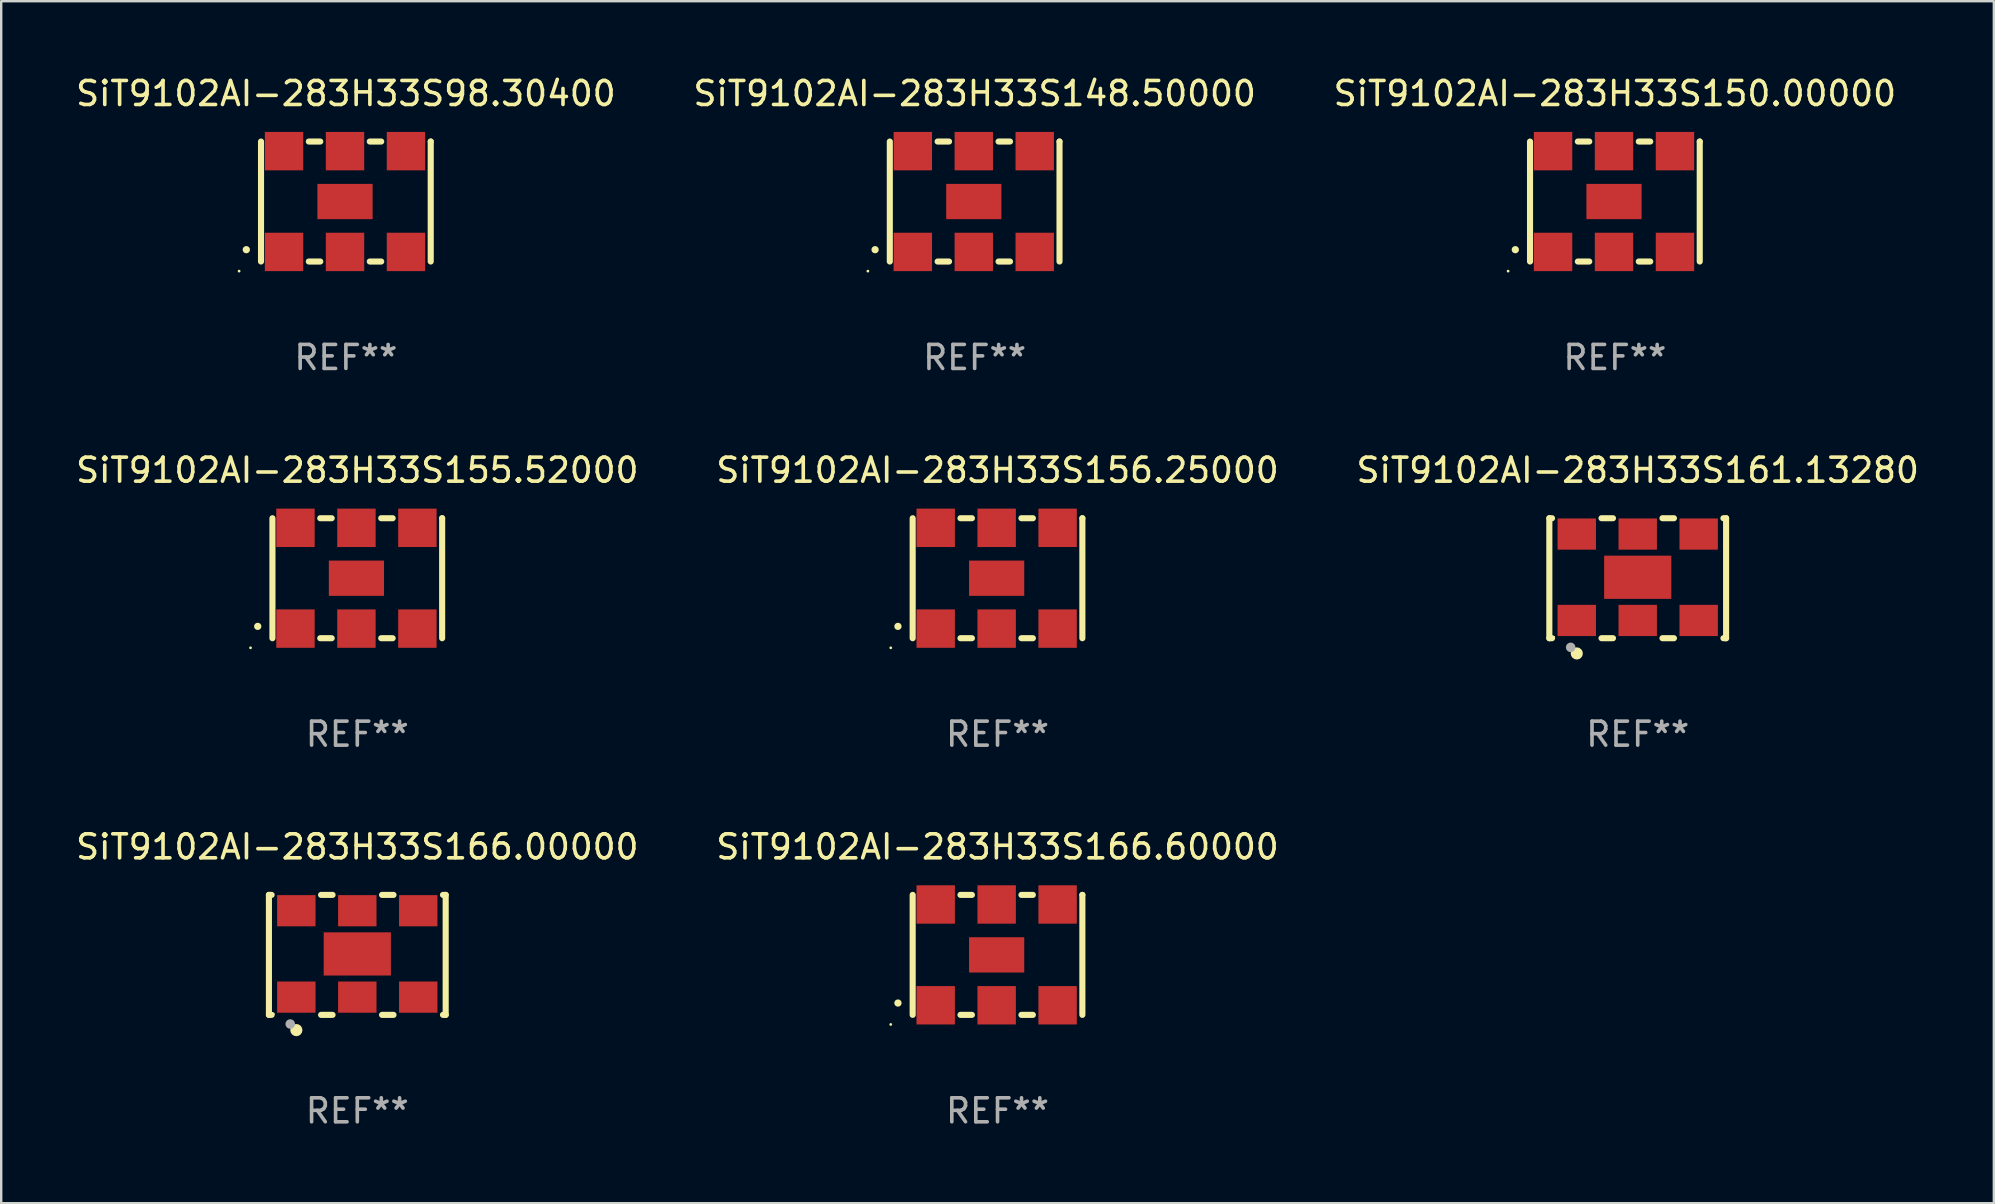
<source format=kicad_pcb>
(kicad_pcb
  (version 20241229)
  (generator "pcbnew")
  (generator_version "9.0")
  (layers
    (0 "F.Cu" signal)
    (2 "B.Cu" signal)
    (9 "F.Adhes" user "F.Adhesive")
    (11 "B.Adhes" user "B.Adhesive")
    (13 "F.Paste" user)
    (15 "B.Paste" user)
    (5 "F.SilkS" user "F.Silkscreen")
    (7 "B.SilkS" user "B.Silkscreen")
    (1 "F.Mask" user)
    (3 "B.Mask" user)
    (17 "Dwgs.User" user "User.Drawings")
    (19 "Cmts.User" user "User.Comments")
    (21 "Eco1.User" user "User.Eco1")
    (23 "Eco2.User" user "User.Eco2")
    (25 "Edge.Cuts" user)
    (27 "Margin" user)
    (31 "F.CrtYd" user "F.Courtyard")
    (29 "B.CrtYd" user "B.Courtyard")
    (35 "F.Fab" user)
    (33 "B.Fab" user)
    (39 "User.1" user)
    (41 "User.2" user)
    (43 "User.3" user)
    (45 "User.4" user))
  (footprint "SiT9102AI-283H33S148.50000"
    (layer "F.Cu")
    (at 37.565 5.348)
    (property "Reference" "SiT9102AI-283H33S148.50000" (at 0 -4.5 0) (layer "F.SilkS") (effects (font (size 1 1) (thickness 0.15))))
    (attr through_hole)
    (fp_line (start -3.536 -2.5) (end -3.536 2.5) (stroke (width 0.254) (type solid)) (layer "F.SilkS"))
    (fp_line (start -1.544 2.5) (end -1.067 2.5) (stroke (width 0.254) (type solid)) (layer "F.SilkS"))
    (fp_line (start -1.067 -2.5) (end -1.544 -2.5) (stroke (width 0.254) (type solid)) (layer "F.SilkS"))
    (fp_line (start 0.996 2.5) (end 1.473 2.5) (stroke (width 0.254) (type solid)) (layer "F.SilkS"))
    (fp_line (start 1.473 -2.5) (end 0.996 -2.5) (stroke (width 0.254) (type solid)) (layer "F.SilkS"))
    (fp_line (start 3.536 -2.5) (end 3.536 -2.5) (stroke (width 0.254) (type solid)) (layer "F.SilkS"))
    (fp_line (start 3.536 2.5) (end 3.536 -2.5) (stroke (width 0.254) (type solid)) (layer "F.SilkS"))
    (fp_arc (start -4.150432 2.006604) (mid -4.149162 2.006599) (end -4.147892 2.006604) (stroke (width 0.3) (type solid)) (layer "F.SilkS"))
    (fp_circle (center -4.449 2.9) (end -4.419 2.9) (stroke (width 0.06) (type solid)) (fill no) (layer "F.SilkS"))
    (fp_text user "REF**" (at 0 6.5 0) (layer "F.Fab") (effects (font (size 1 1) (thickness 0.15))))
    (pad "1" smd rect (at -2.576 2.1) (size 1.6 1.6) (layers "F.Cu" "F.Mask" "F.Paste"))
    (pad "2" smd rect (at -0.036 2.1) (size 1.6 1.6) (layers "F.Cu" "F.Mask" "F.Paste"))
    (pad "3" smd rect (at 2.504 2.1) (size 1.6 1.6) (layers "F.Cu" "F.Mask" "F.Paste"))
    (pad "4" smd rect (at 2.504 -2.1) (size 1.6 1.6) (layers "F.Cu" "F.Mask" "F.Paste"))
    (pad "5" smd rect (at -0.036 -2.1) (size 1.6 1.6) (layers "F.Cu" "F.Mask" "F.Paste"))
    (pad "6" smd rect (at -2.576 -2.1) (size 1.6 1.6) (layers "F.Cu" "F.Mask" "F.Paste"))
    (pad "7" smd rect (at -0.036 0) (size 2.3 1.47) (layers "F.Cu" "F.Mask" "F.Paste")))
  (footprint "SiT9102AI-283H33S156.25000"
    (layer "F.Cu")
    (at 38.518 21.045)
    (property "Reference" "SiT9102AI-283H33S156.25000" (at 0 -4.5 0) (layer "F.SilkS") (effects (font (size 1 1) (thickness 0.15))))
    (attr through_hole)
    (fp_line (start -3.536 -2.5) (end -3.536 2.5) (stroke (width 0.254) (type solid)) (layer "F.SilkS"))
    (fp_line (start -1.544 2.5) (end -1.067 2.5) (stroke (width 0.254) (type solid)) (layer "F.SilkS"))
    (fp_line (start -1.067 -2.5) (end -1.544 -2.5) (stroke (width 0.254) (type solid)) (layer "F.SilkS"))
    (fp_line (start 0.996 2.5) (end 1.473 2.5) (stroke (width 0.254) (type solid)) (layer "F.SilkS"))
    (fp_line (start 1.473 -2.5) (end 0.996 -2.5) (stroke (width 0.254) (type solid)) (layer "F.SilkS"))
    (fp_line (start 3.536 -2.5) (end 3.536 -2.5) (stroke (width 0.254) (type solid)) (layer "F.SilkS"))
    (fp_line (start 3.536 2.5) (end 3.536 -2.5) (stroke (width 0.254) (type solid)) (layer "F.SilkS"))
    (fp_arc (start -4.150432 2.006604) (mid -4.149162 2.006599) (end -4.147892 2.006604) (stroke (width 0.3) (type solid)) (layer "F.SilkS"))
    (fp_circle (center -4.449 2.9) (end -4.419 2.9) (stroke (width 0.06) (type solid)) (fill no) (layer "F.SilkS"))
    (fp_text user "REF**" (at 0 6.5 0) (layer "F.Fab") (effects (font (size 1 1) (thickness 0.15))))
    (pad "1" smd rect (at -2.576 2.1) (size 1.6 1.6) (layers "F.Cu" "F.Mask" "F.Paste"))
    (pad "2" smd rect (at -0.036 2.1) (size 1.6 1.6) (layers "F.Cu" "F.Mask" "F.Paste"))
    (pad "3" smd rect (at 2.504 2.1) (size 1.6 1.6) (layers "F.Cu" "F.Mask" "F.Paste"))
    (pad "4" smd rect (at 2.504 -2.1) (size 1.6 1.6) (layers "F.Cu" "F.Mask" "F.Paste"))
    (pad "5" smd rect (at -0.036 -2.1) (size 1.6 1.6) (layers "F.Cu" "F.Mask" "F.Paste"))
    (pad "6" smd rect (at -2.576 -2.1) (size 1.6 1.6) (layers "F.Cu" "F.Mask" "F.Paste"))
    (pad "7" smd rect (at -0.036 0) (size 2.3 1.47) (layers "F.Cu" "F.Mask" "F.Paste")))
  (footprint "SiT9102AI-283H33S98.30400"
    (layer "F.Cu")
    (at 11.363 5.348)
    (property "Reference" "SiT9102AI-283H33S98.30400" (at 0 -4.5 0) (layer "F.SilkS") (effects (font (size 1 1) (thickness 0.15))))
    (attr through_hole)
    (fp_line (start -3.536 -2.5) (end -3.536 2.5) (stroke (width 0.254) (type solid)) (layer "F.SilkS"))
    (fp_line (start -1.544 2.5) (end -1.067 2.5) (stroke (width 0.254) (type solid)) (layer "F.SilkS"))
    (fp_line (start -1.067 -2.5) (end -1.544 -2.5) (stroke (width 0.254) (type solid)) (layer "F.SilkS"))
    (fp_line (start 0.996 2.5) (end 1.473 2.5) (stroke (width 0.254) (type solid)) (layer "F.SilkS"))
    (fp_line (start 1.473 -2.5) (end 0.996 -2.5) (stroke (width 0.254) (type solid)) (layer "F.SilkS"))
    (fp_line (start 3.536 -2.5) (end 3.536 -2.5) (stroke (width 0.254) (type solid)) (layer "F.SilkS"))
    (fp_line (start 3.536 2.5) (end 3.536 -2.5) (stroke (width 0.254) (type solid)) (layer "F.SilkS"))
    (fp_arc (start -4.150432 2.006604) (mid -4.149162 2.006599) (end -4.147892 2.006604) (stroke (width 0.3) (type solid)) (layer "F.SilkS"))
    (fp_circle (center -4.449 2.9) (end -4.419 2.9) (stroke (width 0.06) (type solid)) (fill no) (layer "F.SilkS"))
    (fp_text user "REF**" (at 0 6.5 0) (layer "F.Fab") (effects (font (size 1 1) (thickness 0.15))))
    (pad "1" smd rect (at -2.576 2.1) (size 1.6 1.6) (layers "F.Cu" "F.Mask" "F.Paste"))
    (pad "2" smd rect (at -0.036 2.1) (size 1.6 1.6) (layers "F.Cu" "F.Mask" "F.Paste"))
    (pad "3" smd rect (at 2.504 2.1) (size 1.6 1.6) (layers "F.Cu" "F.Mask" "F.Paste"))
    (pad "4" smd rect (at 2.504 -2.1) (size 1.6 1.6) (layers "F.Cu" "F.Mask" "F.Paste"))
    (pad "5" smd rect (at -0.036 -2.1) (size 1.6 1.6) (layers "F.Cu" "F.Mask" "F.Paste"))
    (pad "6" smd rect (at -2.576 -2.1) (size 1.6 1.6) (layers "F.Cu" "F.Mask" "F.Paste"))
    (pad "7" smd rect (at -0.036 0) (size 2.3 1.47) (layers "F.Cu" "F.Mask" "F.Paste")))
  (footprint "SiT9102AI-283H33S155.52000"
    (layer "F.Cu")
    (at 11.839 21.045)
    (property "Reference" "SiT9102AI-283H33S155.52000" (at 0 -4.5 0) (layer "F.SilkS") (effects (font (size 1 1) (thickness 0.15))))
    (attr through_hole)
    (fp_line (start -3.536 -2.5) (end -3.536 2.5) (stroke (width 0.254) (type solid)) (layer "F.SilkS"))
    (fp_line (start -1.544 2.5) (end -1.067 2.5) (stroke (width 0.254) (type solid)) (layer "F.SilkS"))
    (fp_line (start -1.067 -2.5) (end -1.544 -2.5) (stroke (width 0.254) (type solid)) (layer "F.SilkS"))
    (fp_line (start 0.996 2.5) (end 1.473 2.5) (stroke (width 0.254) (type solid)) (layer "F.SilkS"))
    (fp_line (start 1.473 -2.5) (end 0.996 -2.5) (stroke (width 0.254) (type solid)) (layer "F.SilkS"))
    (fp_line (start 3.536 -2.5) (end 3.536 -2.5) (stroke (width 0.254) (type solid)) (layer "F.SilkS"))
    (fp_line (start 3.536 2.5) (end 3.536 -2.5) (stroke (width 0.254) (type solid)) (layer "F.SilkS"))
    (fp_arc (start -4.150432 2.006604) (mid -4.149162 2.006599) (end -4.147892 2.006604) (stroke (width 0.3) (type solid)) (layer "F.SilkS"))
    (fp_circle (center -4.449 2.9) (end -4.419 2.9) (stroke (width 0.06) (type solid)) (fill no) (layer "F.SilkS"))
    (fp_text user "REF**" (at 0 6.5 0) (layer "F.Fab") (effects (font (size 1 1) (thickness 0.15))))
    (pad "1" smd rect (at -2.576 2.1) (size 1.6 1.6) (layers "F.Cu" "F.Mask" "F.Paste"))
    (pad "2" smd rect (at -0.036 2.1) (size 1.6 1.6) (layers "F.Cu" "F.Mask" "F.Paste"))
    (pad "3" smd rect (at 2.504 2.1) (size 1.6 1.6) (layers "F.Cu" "F.Mask" "F.Paste"))
    (pad "4" smd rect (at 2.504 -2.1) (size 1.6 1.6) (layers "F.Cu" "F.Mask" "F.Paste"))
    (pad "5" smd rect (at -0.036 -2.1) (size 1.6 1.6) (layers "F.Cu" "F.Mask" "F.Paste"))
    (pad "6" smd rect (at -2.576 -2.1) (size 1.6 1.6) (layers "F.Cu" "F.Mask" "F.Paste"))
    (pad "7" smd rect (at -0.036 0) (size 2.3 1.47) (layers "F.Cu" "F.Mask" "F.Paste")))
  (footprint "SiT9102AI-283H33S166.60000"
    (layer "F.Cu")
    (at 38.518 36.741)
    (property "Reference" "SiT9102AI-283H33S166.60000" (at 0 -4.5 0) (layer "F.SilkS") (effects (font (size 1 1) (thickness 0.15))))
    (attr through_hole)
    (fp_line (start -3.536 -2.5) (end -3.536 2.5) (stroke (width 0.254) (type solid)) (layer "F.SilkS"))
    (fp_line (start -1.544 2.5) (end -1.067 2.5) (stroke (width 0.254) (type solid)) (layer "F.SilkS"))
    (fp_line (start -1.067 -2.5) (end -1.544 -2.5) (stroke (width 0.254) (type solid)) (layer "F.SilkS"))
    (fp_line (start 0.996 2.5) (end 1.473 2.5) (stroke (width 0.254) (type solid)) (layer "F.SilkS"))
    (fp_line (start 1.473 -2.5) (end 0.996 -2.5) (stroke (width 0.254) (type solid)) (layer "F.SilkS"))
    (fp_line (start 3.536 -2.5) (end 3.536 -2.5) (stroke (width 0.254) (type solid)) (layer "F.SilkS"))
    (fp_line (start 3.536 2.5) (end 3.536 -2.5) (stroke (width 0.254) (type solid)) (layer "F.SilkS"))
    (fp_arc (start -4.150432 2.006604) (mid -4.149162 2.006599) (end -4.147892 2.006604) (stroke (width 0.3) (type solid)) (layer "F.SilkS"))
    (fp_circle (center -4.449 2.9) (end -4.419 2.9) (stroke (width 0.06) (type solid)) (fill no) (layer "F.SilkS"))
    (fp_text user "REF**" (at 0 6.5 0) (layer "F.Fab") (effects (font (size 1 1) (thickness 0.15))))
    (pad "1" smd rect (at -2.576 2.1) (size 1.6 1.6) (layers "F.Cu" "F.Mask" "F.Paste"))
    (pad "2" smd rect (at -0.036 2.1) (size 1.6 1.6) (layers "F.Cu" "F.Mask" "F.Paste"))
    (pad "3" smd rect (at 2.504 2.1) (size 1.6 1.6) (layers "F.Cu" "F.Mask" "F.Paste"))
    (pad "4" smd rect (at 2.504 -2.1) (size 1.6 1.6) (layers "F.Cu" "F.Mask" "F.Paste"))
    (pad "5" smd rect (at -0.036 -2.1) (size 1.6 1.6) (layers "F.Cu" "F.Mask" "F.Paste"))
    (pad "6" smd rect (at -2.576 -2.1) (size 1.6 1.6) (layers "F.Cu" "F.Mask" "F.Paste"))
    (pad "7" smd rect (at -0.036 0) (size 2.3 1.47) (layers "F.Cu" "F.Mask" "F.Paste")))
  (footprint "SiT9102AI-283H33S150.00000"
    (layer "F.Cu")
    (at 64.244 5.348)
    (property "Reference" "SiT9102AI-283H33S150.00000" (at 0 -4.5 0) (layer "F.SilkS") (effects (font (size 1 1) (thickness 0.15))))
    (attr through_hole)
    (fp_line (start -3.536 -2.5) (end -3.536 2.5) (stroke (width 0.254) (type solid)) (layer "F.SilkS"))
    (fp_line (start -1.544 2.5) (end -1.067 2.5) (stroke (width 0.254) (type solid)) (layer "F.SilkS"))
    (fp_line (start -1.067 -2.5) (end -1.544 -2.5) (stroke (width 0.254) (type solid)) (layer "F.SilkS"))
    (fp_line (start 0.996 2.5) (end 1.473 2.5) (stroke (width 0.254) (type solid)) (layer "F.SilkS"))
    (fp_line (start 1.473 -2.5) (end 0.996 -2.5) (stroke (width 0.254) (type solid)) (layer "F.SilkS"))
    (fp_line (start 3.536 -2.5) (end 3.536 -2.5) (stroke (width 0.254) (type solid)) (layer "F.SilkS"))
    (fp_line (start 3.536 2.5) (end 3.536 -2.5) (stroke (width 0.254) (type solid)) (layer "F.SilkS"))
    (fp_arc (start -4.150432 2.006604) (mid -4.149162 2.006599) (end -4.147892 2.006604) (stroke (width 0.3) (type solid)) (layer "F.SilkS"))
    (fp_circle (center -4.449 2.9) (end -4.419 2.9) (stroke (width 0.06) (type solid)) (fill no) (layer "F.SilkS"))
    (fp_text user "REF**" (at 0 6.5 0) (layer "F.Fab") (effects (font (size 1 1) (thickness 0.15))))
    (pad "1" smd rect (at -2.576 2.1) (size 1.6 1.6) (layers "F.Cu" "F.Mask" "F.Paste"))
    (pad "2" smd rect (at -0.036 2.1) (size 1.6 1.6) (layers "F.Cu" "F.Mask" "F.Paste"))
    (pad "3" smd rect (at 2.504 2.1) (size 1.6 1.6) (layers "F.Cu" "F.Mask" "F.Paste"))
    (pad "4" smd rect (at 2.504 -2.1) (size 1.6 1.6) (layers "F.Cu" "F.Mask" "F.Paste"))
    (pad "5" smd rect (at -0.036 -2.1) (size 1.6 1.6) (layers "F.Cu" "F.Mask" "F.Paste"))
    (pad "6" smd rect (at -2.576 -2.1) (size 1.6 1.6) (layers "F.Cu" "F.Mask" "F.Paste"))
    (pad "7" smd rect (at -0.036 0) (size 2.3 1.47) (layers "F.Cu" "F.Mask" "F.Paste")))
  (footprint "SiT9102AI-283H33S166.00000"
    (layer "F.Cu")
    (at 11.839 36.741)
    (property "Reference" "SiT9102AI-283H33S166.00000" (at 0 -4.5 0) (layer "F.SilkS") (effects (font (size 1 1) (thickness 0.15))))
    (attr through_hole)
    (fp_line (start -3.683 -2.5) (end -3.571 -2.5) (stroke (width 0.254) (type solid)) (layer "F.SilkS"))
    (fp_line (start -3.683 2.5) (end -3.683 -2.5) (stroke (width 0.254) (type solid)) (layer "F.SilkS"))
    (fp_line (start -3.683 2.5) (end -3.571 2.5) (stroke (width 0.254) (type solid)) (layer "F.SilkS"))
    (fp_line (start -1.509 -2.5) (end -1.031 -2.5) (stroke (width 0.254) (type solid)) (layer "F.SilkS"))
    (fp_line (start -1.509 2.5) (end -1.031 2.5) (stroke (width 0.254) (type solid)) (layer "F.SilkS"))
    (fp_line (start 1.031 -2.5) (end 1.509 -2.5) (stroke (width 0.254) (type solid)) (layer "F.SilkS"))
    (fp_line (start 1.031 2.5) (end 1.509 2.5) (stroke (width 0.254) (type solid)) (layer "F.SilkS"))
    (fp_line (start 3.571 -2.5) (end 3.683 -2.5) (stroke (width 0.254) (type solid)) (layer "F.SilkS"))
    (fp_line (start 3.571 2.5) (end 3.683 2.5) (stroke (width 0.254) (type solid)) (layer "F.SilkS"))
    (fp_line (start 3.683 2.5) (end 3.683 -2.5) (stroke (width 0.254) (type solid)) (layer "F.SilkS"))
    (fp_circle (center -3.5 2.46) (end -3.47 2.46) (stroke (width 0.06) (type solid)) (fill no) (layer "F.SilkS"))
    (fp_circle (center -2.54 3.135) (end -2.413 3.135) (stroke (width 0.254) (type solid)) (fill no) (layer "F.SilkS"))
    (fp_circle (center -2.794 2.881) (end -2.694 2.881) (stroke (width 0.2) (type solid)) (fill no) (layer "F.Fab"))
    (fp_text user "REF**" (at 0 6.5 0) (layer "F.Fab") (effects (font (size 1 1) (thickness 0.15))))
    (pad "1" smd rect (at -2.54 1.76) (size 1.6 1.3) (layers "F.Cu" "F.Mask" "F.Paste"))
    (pad "2" smd rect (at 0 1.76) (size 1.6 1.3) (layers "F.Cu" "F.Mask" "F.Paste"))
    (pad "3" smd rect (at 2.54 1.76) (size 1.6 1.3) (layers "F.Cu" "F.Mask" "F.Paste"))
    (pad "4" smd rect (at 2.54 -1.84) (size 1.6 1.3) (layers "F.Cu" "F.Mask" "F.Paste"))
    (pad "5" smd rect (at 0 -1.84) (size 1.6 1.3) (layers "F.Cu" "F.Mask" "F.Paste"))
    (pad "6" smd rect (at -2.54 -1.84) (size 1.6 1.3) (layers "F.Cu" "F.Mask" "F.Paste"))
    (pad "7" smd rect (at 0 -0.04) (size 2.8 1.8) (layers "F.Cu" "F.Mask" "F.Paste")))
  (footprint "SiT9102AI-283H33S161.13280"
    (layer "F.Cu")
    (at 65.196 21.045)
    (property "Reference" "SiT9102AI-283H33S161.13280" (at 0 -4.5 0) (layer "F.SilkS") (effects (font (size 1 1) (thickness 0.15))))
    (attr through_hole)
    (fp_line (start -3.683 -2.5) (end -3.571 -2.5) (stroke (width 0.254) (type solid)) (layer "F.SilkS"))
    (fp_line (start -3.683 2.5) (end -3.683 -2.5) (stroke (width 0.254) (type solid)) (layer "F.SilkS"))
    (fp_line (start -3.683 2.5) (end -3.571 2.5) (stroke (width 0.254) (type solid)) (layer "F.SilkS"))
    (fp_line (start -1.509 -2.5) (end -1.031 -2.5) (stroke (width 0.254) (type solid)) (layer "F.SilkS"))
    (fp_line (start -1.509 2.5) (end -1.031 2.5) (stroke (width 0.254) (type solid)) (layer "F.SilkS"))
    (fp_line (start 1.031 -2.5) (end 1.509 -2.5) (stroke (width 0.254) (type solid)) (layer "F.SilkS"))
    (fp_line (start 1.031 2.5) (end 1.509 2.5) (stroke (width 0.254) (type solid)) (layer "F.SilkS"))
    (fp_line (start 3.571 -2.5) (end 3.683 -2.5) (stroke (width 0.254) (type solid)) (layer "F.SilkS"))
    (fp_line (start 3.571 2.5) (end 3.683 2.5) (stroke (width 0.254) (type solid)) (layer "F.SilkS"))
    (fp_line (start 3.683 2.5) (end 3.683 -2.5) (stroke (width 0.254) (type solid)) (layer "F.SilkS"))
    (fp_circle (center -3.5 2.46) (end -3.47 2.46) (stroke (width 0.06) (type solid)) (fill no) (layer "F.SilkS"))
    (fp_circle (center -2.54 3.135) (end -2.413 3.135) (stroke (width 0.254) (type solid)) (fill no) (layer "F.SilkS"))
    (fp_circle (center -2.794 2.881) (end -2.694 2.881) (stroke (width 0.2) (type solid)) (fill no) (layer "F.Fab"))
    (fp_text user "REF**" (at 0 6.5 0) (layer "F.Fab") (effects (font (size 1 1) (thickness 0.15))))
    (pad "1" smd rect (at -2.54 1.76) (size 1.6 1.3) (layers "F.Cu" "F.Mask" "F.Paste"))
    (pad "2" smd rect (at 0 1.76) (size 1.6 1.3) (layers "F.Cu" "F.Mask" "F.Paste"))
    (pad "3" smd rect (at 2.54 1.76) (size 1.6 1.3) (layers "F.Cu" "F.Mask" "F.Paste"))
    (pad "4" smd rect (at 2.54 -1.84) (size 1.6 1.3) (layers "F.Cu" "F.Mask" "F.Paste"))
    (pad "5" smd rect (at 0 -1.84) (size 1.6 1.3) (layers "F.Cu" "F.Mask" "F.Paste"))
    (pad "6" smd rect (at -2.54 -1.84) (size 1.6 1.3) (layers "F.Cu" "F.Mask" "F.Paste"))
    (pad "7" smd rect (at 0 -0.04) (size 2.8 1.8) (layers "F.Cu" "F.Mask" "F.Paste")))
  (gr_rect
    (start -3 -3)
    (end 80.036 47.09)
    (stroke (width 0.1) (type default))
    (fill no)
    (layer "Edge.Cuts")))
</source>
